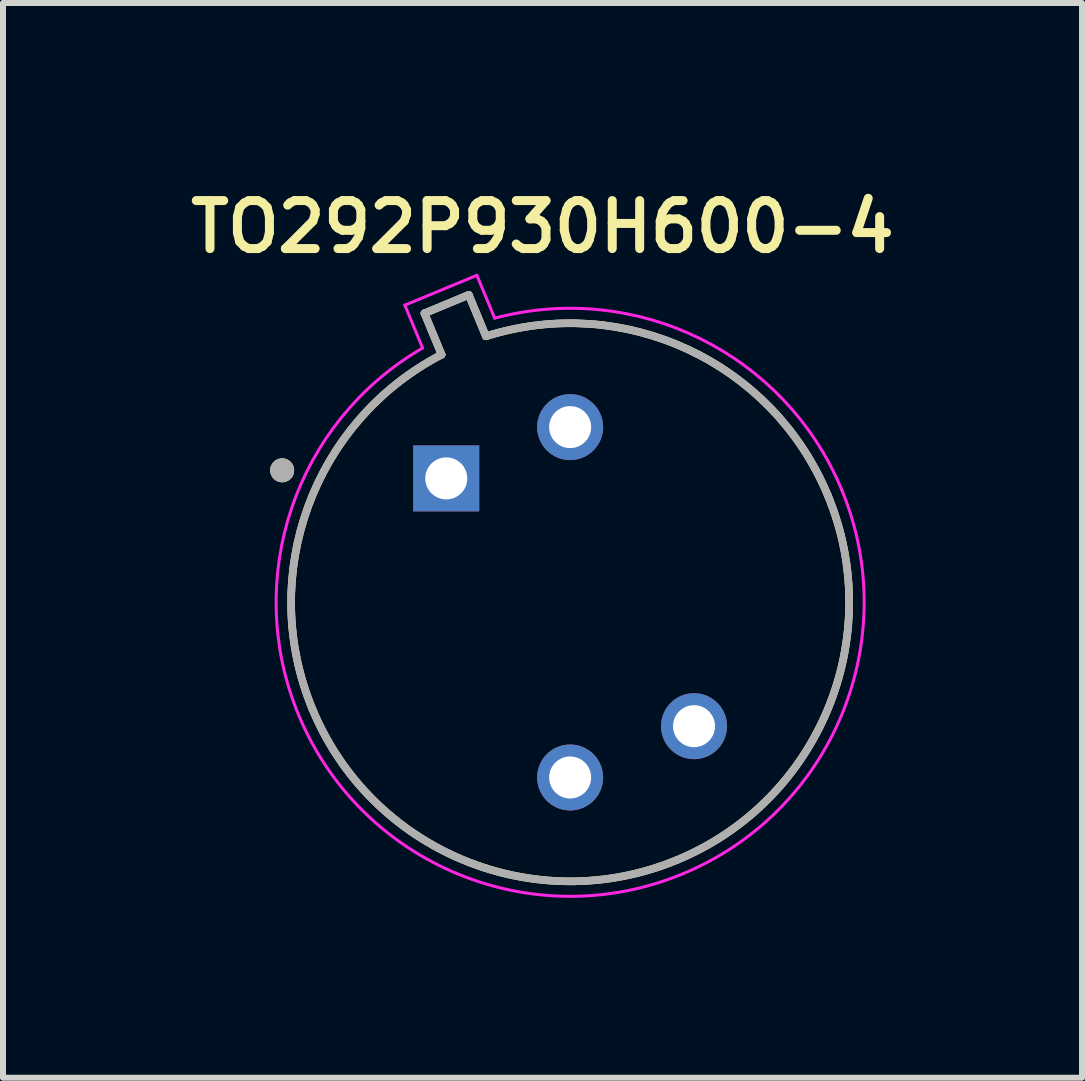
<source format=kicad_pcb>
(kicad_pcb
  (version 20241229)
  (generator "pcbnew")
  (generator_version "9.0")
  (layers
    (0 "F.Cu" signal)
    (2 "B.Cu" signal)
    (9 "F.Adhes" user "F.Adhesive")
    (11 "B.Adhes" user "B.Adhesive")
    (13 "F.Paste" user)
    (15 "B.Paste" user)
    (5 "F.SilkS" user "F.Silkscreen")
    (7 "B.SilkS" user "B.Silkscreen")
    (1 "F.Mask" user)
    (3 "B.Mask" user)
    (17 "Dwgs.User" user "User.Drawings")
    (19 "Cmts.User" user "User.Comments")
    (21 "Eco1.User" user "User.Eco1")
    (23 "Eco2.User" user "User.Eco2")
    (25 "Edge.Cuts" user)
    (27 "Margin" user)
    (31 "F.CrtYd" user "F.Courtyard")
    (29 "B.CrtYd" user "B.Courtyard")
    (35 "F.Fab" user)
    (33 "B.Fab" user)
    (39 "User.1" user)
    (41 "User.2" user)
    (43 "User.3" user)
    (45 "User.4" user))
  (footprint "TO292P930H600-4"
    (layer "F.Cu")
    (at 6.453 6.989)
    (property "Reference" "TO292P930H600-4" (at -0.46 -6.258 0) (layer "F.SilkS") (effects (font (size 0.8 0.8) (thickness 0.15))))
    (attr through_hole)
    (fp_line (start -2.428 -4.817) (end -2.143 -4.128) (stroke (width 0.127) (type solid)) (layer "F.SilkS"))
    (fp_line (start -1.689 -5.124) (end -2.428 -4.817) (stroke (width 0.127) (type solid)) (layer "F.SilkS"))
    (fp_line (start -1.404 -4.434) (end -1.689 -5.124) (stroke (width 0.127) (type solid)) (layer "F.SilkS"))
    (fp_arc (start -4.29604 1.77947) (mid -4.368722 -1.593093) (end -2.14271 -4.127721) (stroke (width 0.127) (type solid)) (layer "F.SilkS"))
    (fp_arc (start -1.40361 -4.43387) (mid 1.962729 -4.215754) (end 4.29604 -1.779471) (stroke (width 0.127) (type solid)) (layer "F.SilkS"))
    (fp_arc (start 1.77947 4.29604) (mid -1.779484 4.296034) (end -4.29604 1.77947) (stroke (width 0.127) (type solid)) (layer "F.SilkS"))
    (fp_arc (start 4.29604 -1.77947) (mid 4.296034 1.779484) (end 1.77947 4.29604) (stroke (width 0.127) (type solid)) (layer "F.SilkS"))
    (fp_circle (center -4.8 -2.2) (end -4.7 -2.2) (stroke (width 0.2) (type solid)) (fill no) (layer "F.SilkS"))
    (fp_line (start -2.755 -4.953) (end -2.459 -4.238) (stroke (width 0.05) (type solid)) (layer "F.CrtYd"))
    (fp_line (start -1.554 -5.45) (end -2.755 -4.953) (stroke (width 0.05) (type solid)) (layer "F.CrtYd"))
    (fp_line (start -1.258 -4.736) (end -1.554 -5.45) (stroke (width 0.05) (type solid)) (layer "F.CrtYd"))
    (fp_arc (start -4.52701 1.87515) (mid -4.641766 -1.570066) (end -2.45902 -4.23808) (stroke (width 0.05) (type solid)) (layer "F.CrtYd"))
    (fp_arc (start -1.25798 -4.73556) (mid 2.172007 -4.392397) (end 4.52701 -1.87515) (stroke (width 0.05) (type solid)) (layer "F.CrtYd"))
    (fp_arc (start 1.87515 4.52701) (mid -1.875148 4.527011) (end -4.52701 1.87515) (stroke (width 0.05) (type solid)) (layer "F.CrtYd"))
    (fp_arc (start 4.52701 -1.87515) (mid 4.527011 1.875148) (end 1.87515 4.52701) (stroke (width 0.05) (type solid)) (layer "F.CrtYd"))
    (fp_line (start -2.428 -4.817) (end -2.143 -4.128) (stroke (width 0.127) (type solid)) (layer "F.Fab"))
    (fp_line (start -1.689 -5.124) (end -2.428 -4.817) (stroke (width 0.127) (type solid)) (layer "F.Fab"))
    (fp_line (start -1.404 -4.434) (end -1.689 -5.124) (stroke (width 0.127) (type solid)) (layer "F.Fab"))
    (fp_arc (start -4.29604 1.77947) (mid -4.368722 -1.593093) (end -2.14271 -4.127721) (stroke (width 0.127) (type solid)) (layer "F.Fab"))
    (fp_arc (start -1.40361 -4.43387) (mid 1.962729 -4.215754) (end 4.29604 -1.779471) (stroke (width 0.127) (type solid)) (layer "F.Fab"))
    (fp_arc (start 1.77947 4.29604) (mid -1.779484 4.296034) (end -4.29604 1.77947) (stroke (width 0.127) (type solid)) (layer "F.Fab"))
    (fp_arc (start 4.29604 -1.77947) (mid 4.296034 1.779484) (end 1.77947 4.29604) (stroke (width 0.127) (type solid)) (layer "F.Fab"))
    (fp_circle (center -4.8 -2.2) (end -4.7 -2.2) (stroke (width 0.2) (type solid)) (fill no) (layer "F.Fab"))
    (pad "1" thru_hole rect (at -2.065 -2.065) (size 1.1 1.1) (drill 0.7) (layers "*.Cu" "*.Mask"))
    (pad "2" thru_hole circle (at 0 2.92) (size 1.1 1.1) (drill 0.7) (layers "*.Cu" "*.Mask"))
    (pad "3" thru_hole circle (at 2.065 2.065) (size 1.1 1.1) (drill 0.7) (layers "*.Cu" "*.Mask"))
    (pad "4" thru_hole circle (at 0 -2.92) (size 1.1 1.1) (drill 0.7) (layers "*.Cu" "*.Mask")))
  (gr_rect
    (start -3 -3)
    (end 14.985 14.914)
    (stroke (width 0.1) (type default))
    (fill no)
    (layer "Edge.Cuts")))
</source>
